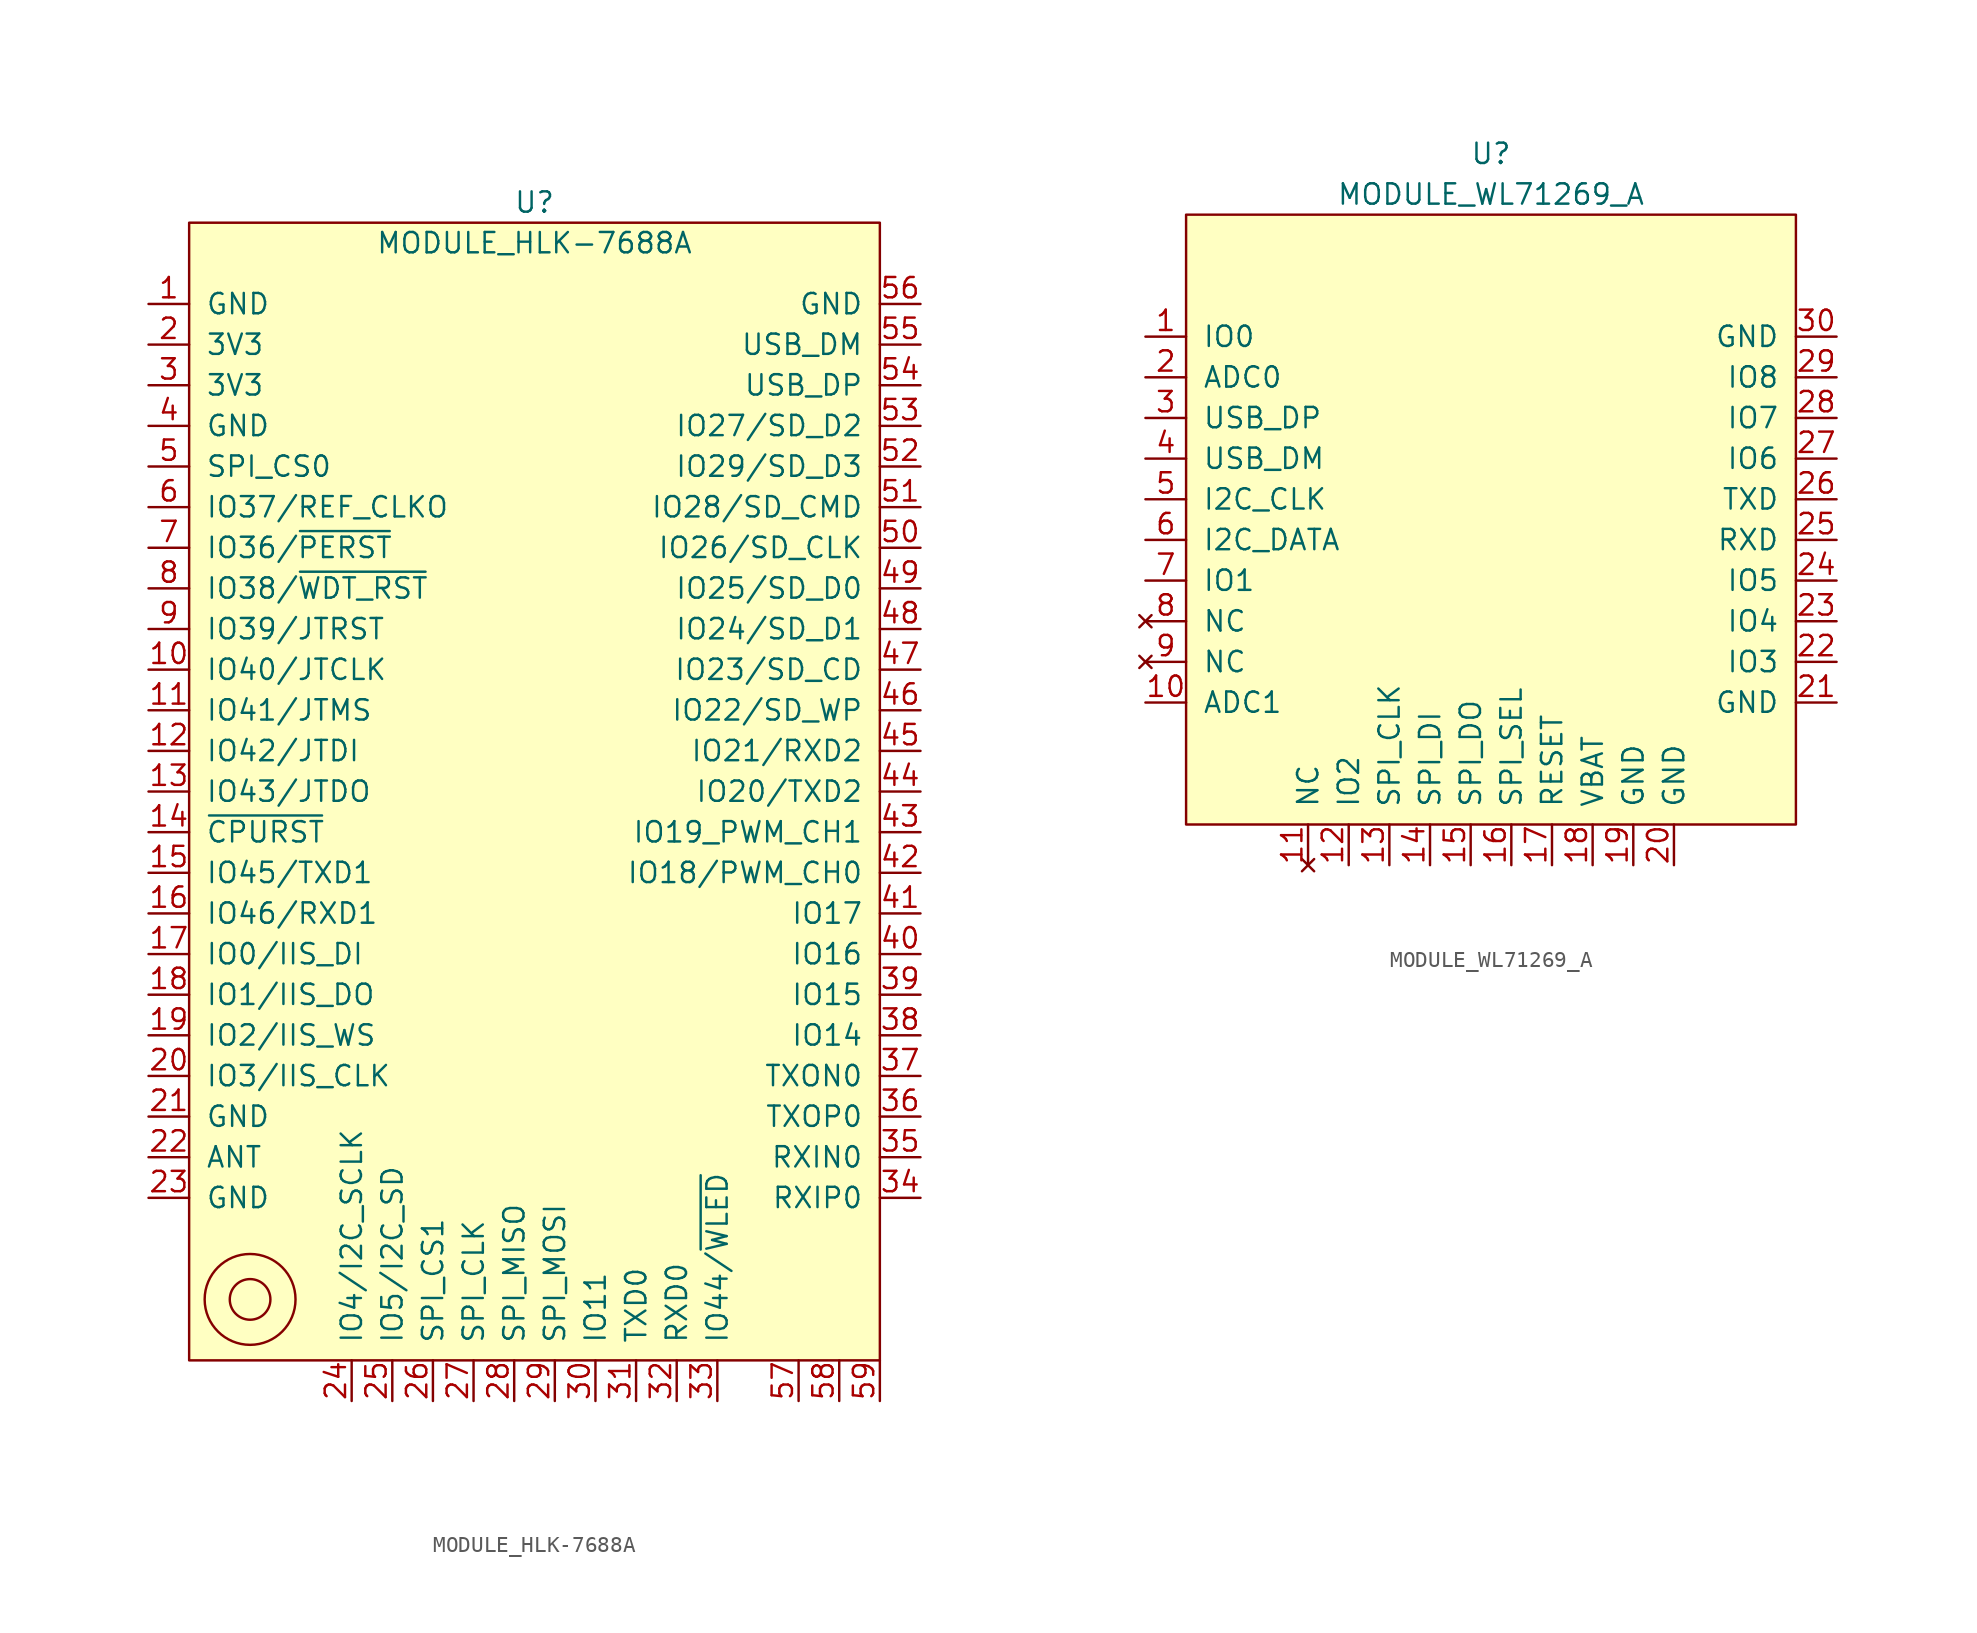
<source format=kicad_sym>
(kicad_symbol_lib
  (version 20211014)
  (generator kicad_symbol_editor)
  (symbol "MODULE_HLK-7688A"
    (pin_names
      (offset 1.016))
    (property "Reference" "U"
      (at 0 72.39 0)
      (effects (font (size 1.27 1.27))))
    (property "Value" "MODULE_HLK-7688A"
      (at 0 69.85 0)
      (effects (font (size 1.27 1.27))))
    (symbol "MODULE_HLK-7688A_0_1"
      (rectangle (start -21.59 71.12) (end 21.59 0) (stroke (width 0) (type default) (color 0 0 0 0)) (fill (type background)))
      (circle (center -17.78 3.81) (radius 1.27) (stroke (width 0) (type default) (color 0 0 0 0)) (fill (type none)))
      (circle (center -17.78 3.81) (radius 2.84) (stroke (width 0) (type default) (color 0 0 0 0)) (fill (type none))))
    (symbol "MODULE_HLK-7688A_1_1"
      (pin power_in line (at -24.13 66.04 0) (length 2.54) (name "GND" (effects (font (size 1.27 1.27)))) (number "1" (effects (font (size 1.27 1.27)))))
      (pin bidirectional line (at -24.13 43.18 0) (length 2.54) (name "IO40/JTCLK" (effects (font (size 1.27 1.27)))) (number "10" (effects (font (size 1.27 1.27)))))
      (pin bidirectional line (at -24.13 40.64 0) (length 2.54) (name "IO41/JTMS" (effects (font (size 1.27 1.27)))) (number "11" (effects (font (size 1.27 1.27)))))
      (pin bidirectional line (at -24.13 38.1 0) (length 2.54) (name "IO42/JTDI" (effects (font (size 1.27 1.27)))) (number "12" (effects (font (size 1.27 1.27)))))
      (pin bidirectional line (at -24.13 35.56 0) (length 2.54) (name "IO43/JTDO" (effects (font (size 1.27 1.27)))) (number "13" (effects (font (size 1.27 1.27)))))
      (pin input line (at -24.13 33.02 0) (length 2.54) (name "~{CPURST}" (effects (font (size 1.27 1.27)))) (number "14" (effects (font (size 1.27 1.27)))))
      (pin bidirectional line (at -24.13 30.48 0) (length 2.54) (name "IO45/TXD1" (effects (font (size 1.27 1.27)))) (number "15" (effects (font (size 1.27 1.27)))))
      (pin bidirectional line (at -24.13 27.94 0) (length 2.54) (name "IO46/RXD1" (effects (font (size 1.27 1.27)))) (number "16" (effects (font (size 1.27 1.27)))))
      (pin bidirectional line (at -24.13 25.4 0) (length 2.54) (name "IO0/IIS_DI" (effects (font (size 1.27 1.27)))) (number "17" (effects (font (size 1.27 1.27)))))
      (pin bidirectional line (at -24.13 22.86 0) (length 2.54) (name "IO1/IIS_DO" (effects (font (size 1.27 1.27)))) (number "18" (effects (font (size 1.27 1.27)))))
      (pin bidirectional line (at -24.13 20.32 0) (length 2.54) (name "IO2/IIS_WS" (effects (font (size 1.27 1.27)))) (number "19" (effects (font (size 1.27 1.27)))))
      (pin power_in line (at -24.13 63.5 0) (length 2.54) (name "3V3" (effects (font (size 1.27 1.27)))) (number "2" (effects (font (size 1.27 1.27)))))
      (pin bidirectional line (at -24.13 17.78 0) (length 2.54) (name "IO3/IIS_CLK" (effects (font (size 1.27 1.27)))) (number "20" (effects (font (size 1.27 1.27)))))
      (pin power_in line (at -24.13 15.24 0) (length 2.54) (name "GND" (effects (font (size 1.27 1.27)))) (number "21" (effects (font (size 1.27 1.27)))))
      (pin passive line (at -24.13 12.7 0) (length 2.54) (name "ANT" (effects (font (size 1.27 1.27)))) (number "22" (effects (font (size 1.27 1.27)))))
      (pin power_in line (at -24.13 10.16 0) (length 2.54) (name "GND" (effects (font (size 1.27 1.27)))) (number "23" (effects (font (size 1.27 1.27)))))
      (pin bidirectional line (at -11.43 -2.54 90) (length 2.54) (name "IO4/I2C_SCLK" (effects (font (size 1.27 1.27)))) (number "24" (effects (font (size 1.27 1.27)))))
      (pin bidirectional line (at -8.89 -2.54 90) (length 2.54) (name "IO5/I2C_SD" (effects (font (size 1.27 1.27)))) (number "25" (effects (font (size 1.27 1.27)))))
      (pin output line (at -6.35 -2.54 90) (length 2.54) (name "SPI_CS1" (effects (font (size 1.27 1.27)))) (number "26" (effects (font (size 1.27 1.27)))))
      (pin output line (at -3.81 -2.54 90) (length 2.54) (name "SPI_CLK" (effects (font (size 1.27 1.27)))) (number "27" (effects (font (size 1.27 1.27)))))
      (pin input line (at -1.27 -2.54 90) (length 2.54) (name "SPI_MISO" (effects (font (size 1.27 1.27)))) (number "28" (effects (font (size 1.27 1.27)))))
      (pin output line (at 1.27 -2.54 90) (length 2.54) (name "SPI_MOSI" (effects (font (size 1.27 1.27)))) (number "29" (effects (font (size 1.27 1.27)))))
      (pin power_in line (at -24.13 60.96 0) (length 2.54) (name "3V3" (effects (font (size 1.27 1.27)))) (number "3" (effects (font (size 1.27 1.27)))))
      (pin bidirectional line (at 3.81 -2.54 90) (length 2.54) (name "IO11" (effects (font (size 1.27 1.27)))) (number "30" (effects (font (size 1.27 1.27)))))
      (pin output line (at 6.35 -2.54 90) (length 2.54) (name "TXD0" (effects (font (size 1.27 1.27)))) (number "31" (effects (font (size 1.27 1.27)))))
      (pin input line (at 8.89 -2.54 90) (length 2.54) (name "RXD0" (effects (font (size 1.27 1.27)))) (number "32" (effects (font (size 1.27 1.27)))))
      (pin bidirectional line (at 11.43 -2.54 90) (length 2.54) (name "IO44/~{WLED}" (effects (font (size 1.27 1.27)))) (number "33" (effects (font (size 1.27 1.27)))))
      (pin bidirectional line (at 24.13 10.16 180) (length 2.54) (name "RXIP0" (effects (font (size 1.27 1.27)))) (number "34" (effects (font (size 1.27 1.27)))))
      (pin bidirectional line (at 24.13 12.7 180) (length 2.54) (name "RXIN0" (effects (font (size 1.27 1.27)))) (number "35" (effects (font (size 1.27 1.27)))))
      (pin bidirectional line (at 24.13 15.24 180) (length 2.54) (name "TXOP0" (effects (font (size 1.27 1.27)))) (number "36" (effects (font (size 1.27 1.27)))))
      (pin bidirectional line (at 24.13 17.78 180) (length 2.54) (name "TXON0" (effects (font (size 1.27 1.27)))) (number "37" (effects (font (size 1.27 1.27)))))
      (pin bidirectional line (at 24.13 20.32 180) (length 2.54) (name "IO14" (effects (font (size 1.27 1.27)))) (number "38" (effects (font (size 1.27 1.27)))))
      (pin bidirectional line (at 24.13 22.86 180) (length 2.54) (name "IO15" (effects (font (size 1.27 1.27)))) (number "39" (effects (font (size 1.27 1.27)))))
      (pin power_in line (at -24.13 58.42 0) (length 2.54) (name "GND" (effects (font (size 1.27 1.27)))) (number "4" (effects (font (size 1.27 1.27)))))
      (pin bidirectional line (at 24.13 25.4 180) (length 2.54) (name "IO16" (effects (font (size 1.27 1.27)))) (number "40" (effects (font (size 1.27 1.27)))))
      (pin bidirectional line (at 24.13 27.94 180) (length 2.54) (name "IO17" (effects (font (size 1.27 1.27)))) (number "41" (effects (font (size 1.27 1.27)))))
      (pin bidirectional line (at 24.13 30.48 180) (length 2.54) (name "IO18/PWM_CH0" (effects (font (size 1.27 1.27)))) (number "42" (effects (font (size 1.27 1.27)))))
      (pin bidirectional line (at 24.13 33.02 180) (length 2.54) (name "IO19_PWM_CH1" (effects (font (size 1.27 1.27)))) (number "43" (effects (font (size 1.27 1.27)))))
      (pin bidirectional line (at 24.13 35.56 180) (length 2.54) (name "IO20/TXD2" (effects (font (size 1.27 1.27)))) (number "44" (effects (font (size 1.27 1.27)))))
      (pin bidirectional line (at 24.13 38.1 180) (length 2.54) (name "IO21/RXD2" (effects (font (size 1.27 1.27)))) (number "45" (effects (font (size 1.27 1.27)))))
      (pin bidirectional line (at 24.13 40.64 180) (length 2.54) (name "IO22/SD_WP" (effects (font (size 1.27 1.27)))) (number "46" (effects (font (size 1.27 1.27)))))
      (pin bidirectional line (at 24.13 43.18 180) (length 2.54) (name "IO23/SD_CD" (effects (font (size 1.27 1.27)))) (number "47" (effects (font (size 1.27 1.27)))))
      (pin bidirectional line (at 24.13 45.72 180) (length 2.54) (name "IO24/SD_D1" (effects (font (size 1.27 1.27)))) (number "48" (effects (font (size 1.27 1.27)))))
      (pin bidirectional line (at 24.13 48.26 180) (length 2.54) (name "IO25/SD_D0" (effects (font (size 1.27 1.27)))) (number "49" (effects (font (size 1.27 1.27)))))
      (pin output line (at -24.13 55.88 0) (length 2.54) (name "SPI_CS0" (effects (font (size 1.27 1.27)))) (number "5" (effects (font (size 1.27 1.27)))))
      (pin bidirectional line (at 24.13 50.8 180) (length 2.54) (name "IO26/SD_CLK" (effects (font (size 1.27 1.27)))) (number "50" (effects (font (size 1.27 1.27)))))
      (pin bidirectional line (at 24.13 53.34 180) (length 2.54) (name "IO28/SD_CMD" (effects (font (size 1.27 1.27)))) (number "51" (effects (font (size 1.27 1.27)))))
      (pin bidirectional line (at 24.13 55.88 180) (length 2.54) (name "IO29/SD_D3" (effects (font (size 1.27 1.27)))) (number "52" (effects (font (size 1.27 1.27)))))
      (pin bidirectional line (at 24.13 58.42 180) (length 2.54) (name "IO27/SD_D2" (effects (font (size 1.27 1.27)))) (number "53" (effects (font (size 1.27 1.27)))))
      (pin bidirectional line (at 24.13 60.96 180) (length 2.54) (name "USB_DP" (effects (font (size 1.27 1.27)))) (number "54" (effects (font (size 1.27 1.27)))))
      (pin bidirectional line (at 24.13 63.5 180) (length 2.54) (name "USB_DM" (effects (font (size 1.27 1.27)))) (number "55" (effects (font (size 1.27 1.27)))))
      (pin power_in line (at 24.13 66.04 180) (length 2.54) (name "GND" (effects (font (size 1.27 1.27)))) (number "56" (effects (font (size 1.27 1.27)))))
      (pin bidirectional line (at 16.51 -2.54 90) (length 2.54) (name "" (effects (font (size 1.27 1.27)))) (number "57" (effects (font (size 1.27 1.27)))))
      (pin bidirectional line (at 19.05 -2.54 90) (length 2.54) (name "" (effects (font (size 1.27 1.27)))) (number "58" (effects (font (size 1.27 1.27)))))
      (pin bidirectional line (at 21.59 -2.54 90) (length 2.54) (name "" (effects (font (size 1.27 1.27)))) (number "59" (effects (font (size 1.27 1.27)))))
      (pin bidirectional line (at -24.13 53.34 0) (length 2.54) (name "IO37/REF_CLKO" (effects (font (size 1.27 1.27)))) (number "6" (effects (font (size 1.27 1.27)))))
      (pin bidirectional line (at -24.13 50.8 0) (length 2.54) (name "IO36/~{PERST}" (effects (font (size 1.27 1.27)))) (number "7" (effects (font (size 1.27 1.27)))))
      (pin bidirectional line (at -24.13 48.26 0) (length 2.54) (name "IO38/~{WDT_RST}" (effects (font (size 1.27 1.27)))) (number "8" (effects (font (size 1.27 1.27)))))
      (pin bidirectional line (at -24.13 45.72 0) (length 2.54) (name "IO39/JTRST" (effects (font (size 1.27 1.27)))) (number "9" (effects (font (size 1.27 1.27)))))))
  (symbol "MODULE_WL71269_A"
    (pin_names
      (offset 1.016))
    (property "Reference" "U"
      (at 0 22.86 0)
      (effects (font (size 1.27 1.27))))
    (property "Value" "MODULE_WL71269_A"
      (at 0 20.32 0)
      (effects (font (size 1.27 1.27))))
    (symbol "MODULE_WL71269_A_0_1"
      (rectangle (start -19.05 -19.05) (end 19.05 19.05) (stroke (width 0) (type default) (color 0 0 0 0)) (fill (type background))))
    (symbol "MODULE_WL71269_A_1_1"
      (pin bidirectional line (at -21.59 11.43 0) (length 2.54) (name "IO0" (effects (font (size 1.27 1.27)))) (number "1" (effects (font (size 1.27 1.27)))))
      (pin bidirectional line (at -21.59 -11.43 0) (length 2.54) (name "ADC1" (effects (font (size 1.27 1.27)))) (number "10" (effects (font (size 1.27 1.27)))))
      (pin no_connect line (at -11.43 -21.59 90) (length 2.54) (name "NC" (effects (font (size 1.27 1.27)))) (number "11" (effects (font (size 1.27 1.27)))))
      (pin bidirectional line (at -8.89 -21.59 90) (length 2.54) (name "IO2" (effects (font (size 1.27 1.27)))) (number "12" (effects (font (size 1.27 1.27)))))
      (pin bidirectional line (at -6.35 -21.59 90) (length 2.54) (name "SPI_CLK" (effects (font (size 1.27 1.27)))) (number "13" (effects (font (size 1.27 1.27)))))
      (pin bidirectional line (at -3.81 -21.59 90) (length 2.54) (name "SPI_DI" (effects (font (size 1.27 1.27)))) (number "14" (effects (font (size 1.27 1.27)))))
      (pin bidirectional line (at -1.27 -21.59 90) (length 2.54) (name "SPI_DO" (effects (font (size 1.27 1.27)))) (number "15" (effects (font (size 1.27 1.27)))))
      (pin bidirectional line (at 1.27 -21.59 90) (length 2.54) (name "SPI_SEL" (effects (font (size 1.27 1.27)))) (number "16" (effects (font (size 1.27 1.27)))))
      (pin input line (at 3.81 -21.59 90) (length 2.54) (name "RESET" (effects (font (size 1.27 1.27)))) (number "17" (effects (font (size 1.27 1.27)))))
      (pin power_in line (at 6.35 -21.59 90) (length 2.54) (name "VBAT" (effects (font (size 1.27 1.27)))) (number "18" (effects (font (size 1.27 1.27)))))
      (pin power_in line (at 8.89 -21.59 90) (length 2.54) (name "GND" (effects (font (size 1.27 1.27)))) (number "19" (effects (font (size 1.27 1.27)))))
      (pin bidirectional line (at -21.59 8.89 0) (length 2.54) (name "ADC0" (effects (font (size 1.27 1.27)))) (number "2" (effects (font (size 1.27 1.27)))))
      (pin power_in line (at 11.43 -21.59 90) (length 2.54) (name "GND" (effects (font (size 1.27 1.27)))) (number "20" (effects (font (size 1.27 1.27)))))
      (pin power_in line (at 21.59 -11.43 180) (length 2.54) (name "GND" (effects (font (size 1.27 1.27)))) (number "21" (effects (font (size 1.27 1.27)))))
      (pin bidirectional line (at 21.59 -8.89 180) (length 2.54) (name "IO3" (effects (font (size 1.27 1.27)))) (number "22" (effects (font (size 1.27 1.27)))))
      (pin bidirectional line (at 21.59 -6.35 180) (length 2.54) (name "IO4" (effects (font (size 1.27 1.27)))) (number "23" (effects (font (size 1.27 1.27)))))
      (pin bidirectional line (at 21.59 -3.81 180) (length 2.54) (name "IO5" (effects (font (size 1.27 1.27)))) (number "24" (effects (font (size 1.27 1.27)))))
      (pin bidirectional line (at 21.59 -1.27 180) (length 2.54) (name "RXD" (effects (font (size 1.27 1.27)))) (number "25" (effects (font (size 1.27 1.27)))))
      (pin bidirectional line (at 21.59 1.27 180) (length 2.54) (name "TXD" (effects (font (size 1.27 1.27)))) (number "26" (effects (font (size 1.27 1.27)))))
      (pin bidirectional line (at 21.59 3.81 180) (length 2.54) (name "IO6" (effects (font (size 1.27 1.27)))) (number "27" (effects (font (size 1.27 1.27)))))
      (pin bidirectional line (at 21.59 6.35 180) (length 2.54) (name "IO7" (effects (font (size 1.27 1.27)))) (number "28" (effects (font (size 1.27 1.27)))))
      (pin bidirectional line (at 21.59 8.89 180) (length 2.54) (name "IO8" (effects (font (size 1.27 1.27)))) (number "29" (effects (font (size 1.27 1.27)))))
      (pin bidirectional line (at -21.59 6.35 0) (length 2.54) (name "USB_DP" (effects (font (size 1.27 1.27)))) (number "3" (effects (font (size 1.27 1.27)))))
      (pin power_in line (at 21.59 11.43 180) (length 2.54) (name "GND" (effects (font (size 1.27 1.27)))) (number "30" (effects (font (size 1.27 1.27)))))
      (pin bidirectional line (at -21.59 3.81 0) (length 2.54) (name "USB_DM" (effects (font (size 1.27 1.27)))) (number "4" (effects (font (size 1.27 1.27)))))
      (pin bidirectional line (at -21.59 1.27 0) (length 2.54) (name "I2C_CLK" (effects (font (size 1.27 1.27)))) (number "5" (effects (font (size 1.27 1.27)))))
      (pin bidirectional line (at -21.59 -1.27 0) (length 2.54) (name "I2C_DATA" (effects (font (size 1.27 1.27)))) (number "6" (effects (font (size 1.27 1.27)))))
      (pin bidirectional line (at -21.59 -3.81 0) (length 2.54) (name "IO1" (effects (font (size 1.27 1.27)))) (number "7" (effects (font (size 1.27 1.27)))))
      (pin no_connect line (at -21.59 -6.35 0) (length 2.54) (name "NC" (effects (font (size 1.27 1.27)))) (number "8" (effects (font (size 1.27 1.27)))))
      (pin no_connect line (at -21.59 -8.89 0) (length 2.54) (name "NC" (effects (font (size 1.27 1.27)))) (number "9" (effects (font (size 1.27 1.27))))))))
</source>
